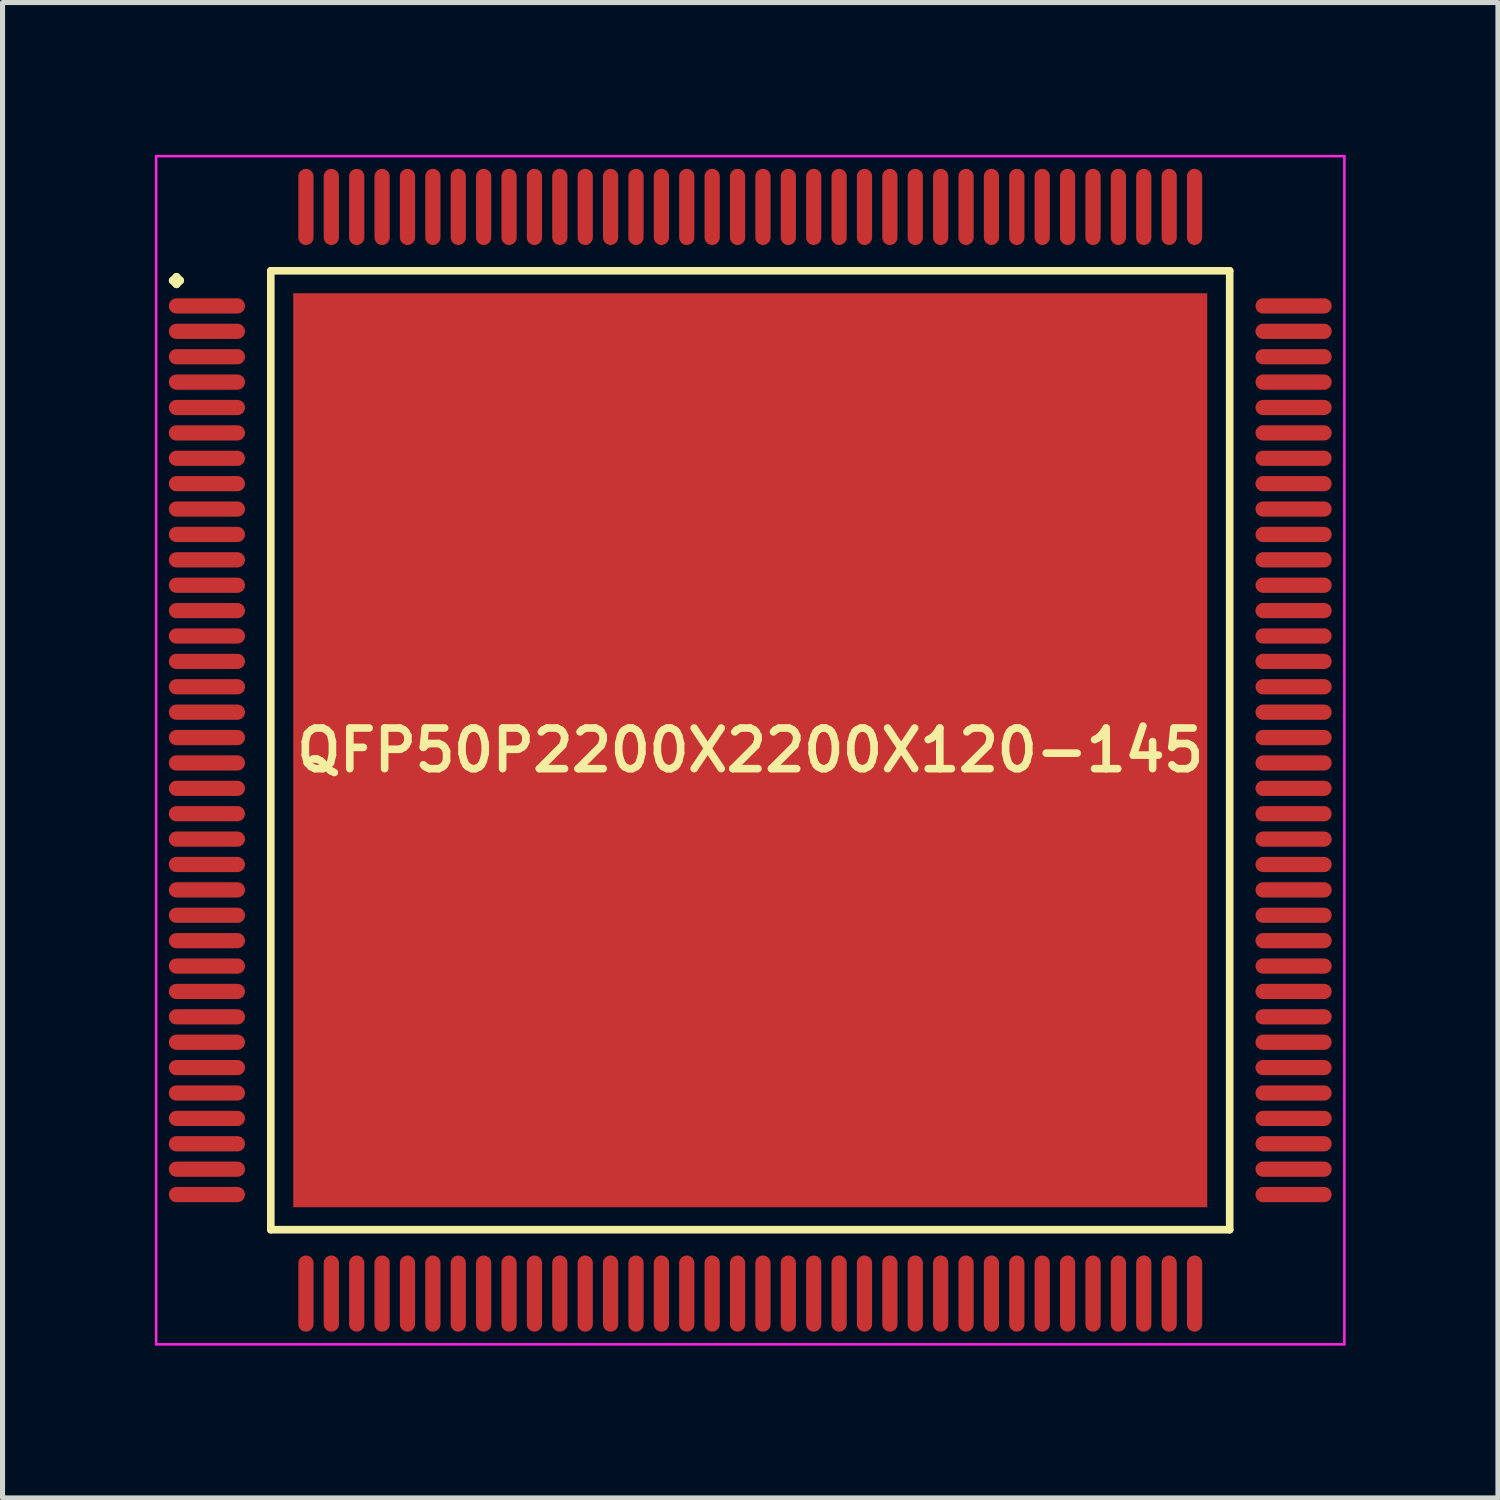
<source format=kicad_pcb>
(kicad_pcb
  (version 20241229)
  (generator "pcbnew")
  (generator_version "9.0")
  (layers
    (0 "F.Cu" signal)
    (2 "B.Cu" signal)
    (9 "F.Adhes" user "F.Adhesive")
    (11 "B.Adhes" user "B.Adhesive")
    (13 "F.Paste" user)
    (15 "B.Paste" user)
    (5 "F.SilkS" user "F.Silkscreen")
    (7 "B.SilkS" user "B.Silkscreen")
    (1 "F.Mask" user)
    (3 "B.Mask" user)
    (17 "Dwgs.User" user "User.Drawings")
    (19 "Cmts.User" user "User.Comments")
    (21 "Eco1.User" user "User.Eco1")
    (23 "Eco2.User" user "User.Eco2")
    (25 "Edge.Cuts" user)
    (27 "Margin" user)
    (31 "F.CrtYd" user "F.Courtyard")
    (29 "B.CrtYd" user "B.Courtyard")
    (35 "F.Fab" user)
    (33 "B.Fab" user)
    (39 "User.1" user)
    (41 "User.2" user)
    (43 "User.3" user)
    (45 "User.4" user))
  (footprint "QFP50P2200X2200X120-145"
    (layer "F.Cu")
    (at 11.725 11.725)
    (property "Reference" "QFP50P2200X2200X120-145" (at 0 0 0) (layer "F.SilkS") (effects (font (size 0.8 0.8) (thickness 0.15))))
    (attr smd)
    (fp_line (start -11.375 -9.25) (end -11.3 -9.325) (stroke (width 0.15) (type solid)) (layer "F.SilkS"))
    (fp_line (start -11.3 -9.325) (end -11.225 -9.25) (stroke (width 0.15) (type solid)) (layer "F.SilkS"))
    (fp_line (start -11.3 -9.175) (end -11.375 -9.25) (stroke (width 0.15) (type solid)) (layer "F.SilkS"))
    (fp_line (start -11.225 -9.25) (end -11.3 -9.175) (stroke (width 0.15) (type solid)) (layer "F.SilkS"))
    (fp_line (start -9.442 -9.442) (end -9.442 9.442) (stroke (width 0.15) (type solid)) (layer "F.SilkS"))
    (fp_line (start -9.442 9.442) (end 9.442 9.442) (stroke (width 0.15) (type solid)) (layer "F.SilkS"))
    (fp_line (start 9.442 -9.442) (end -9.442 -9.442) (stroke (width 0.15) (type solid)) (layer "F.SilkS"))
    (fp_line (start 9.442 9.442) (end 9.442 -9.442) (stroke (width 0.15) (type solid)) (layer "F.SilkS"))
    (fp_line (start -11.7 -11.7) (end 11.7 -11.7) (stroke (width 0.05) (type solid)) (layer "F.CrtYd"))
    (fp_line (start -11.7 11.7) (end -11.7 -11.7) (stroke (width 0.05) (type solid)) (layer "F.CrtYd"))
    (fp_line (start 11.7 -11.7) (end 11.7 11.7) (stroke (width 0.05) (type solid)) (layer "F.CrtYd"))
    (fp_line (start 11.7 11.7) (end -11.7 11.7) (stroke (width 0.05) (type solid)) (layer "F.CrtYd"))
    (pad "1" smd oval (at -10.7 -8.75) (size 1.5 0.3) (layers "F.Cu" "F.Mask" "F.Paste"))
    (pad "2" smd oval (at -10.7 -8.25) (size 1.5 0.3) (layers "F.Cu" "F.Mask" "F.Paste"))
    (pad "3" smd oval (at -10.7 -7.75) (size 1.5 0.3) (layers "F.Cu" "F.Mask" "F.Paste"))
    (pad "4" smd oval (at -10.7 -7.25) (size 1.5 0.3) (layers "F.Cu" "F.Mask" "F.Paste"))
    (pad "5" smd oval (at -10.7 -6.75) (size 1.5 0.3) (layers "F.Cu" "F.Mask" "F.Paste"))
    (pad "6" smd oval (at -10.7 -6.25) (size 1.5 0.3) (layers "F.Cu" "F.Mask" "F.Paste"))
    (pad "7" smd oval (at -10.7 -5.75) (size 1.5 0.3) (layers "F.Cu" "F.Mask" "F.Paste"))
    (pad "8" smd oval (at -10.7 -5.25) (size 1.5 0.3) (layers "F.Cu" "F.Mask" "F.Paste"))
    (pad "9" smd oval (at -10.7 -4.75) (size 1.5 0.3) (layers "F.Cu" "F.Mask" "F.Paste"))
    (pad "10" smd oval (at -10.7 -4.25) (size 1.5 0.3) (layers "F.Cu" "F.Mask" "F.Paste"))
    (pad "11" smd oval (at -10.7 -3.75) (size 1.5 0.3) (layers "F.Cu" "F.Mask" "F.Paste"))
    (pad "12" smd oval (at -10.7 -3.25) (size 1.5 0.3) (layers "F.Cu" "F.Mask" "F.Paste"))
    (pad "13" smd oval (at -10.7 -2.75) (size 1.5 0.3) (layers "F.Cu" "F.Mask" "F.Paste"))
    (pad "14" smd oval (at -10.7 -2.25) (size 1.5 0.3) (layers "F.Cu" "F.Mask" "F.Paste"))
    (pad "15" smd oval (at -10.7 -1.75) (size 1.5 0.3) (layers "F.Cu" "F.Mask" "F.Paste"))
    (pad "16" smd oval (at -10.7 -1.25) (size 1.5 0.3) (layers "F.Cu" "F.Mask" "F.Paste"))
    (pad "17" smd oval (at -10.7 -0.75) (size 1.5 0.3) (layers "F.Cu" "F.Mask" "F.Paste"))
    (pad "18" smd oval (at -10.7 -0.25) (size 1.5 0.3) (layers "F.Cu" "F.Mask" "F.Paste"))
    (pad "19" smd oval (at -10.7 0.25) (size 1.5 0.3) (layers "F.Cu" "F.Mask" "F.Paste"))
    (pad "20" smd oval (at -10.7 0.75) (size 1.5 0.3) (layers "F.Cu" "F.Mask" "F.Paste"))
    (pad "21" smd oval (at -10.7 1.25) (size 1.5 0.3) (layers "F.Cu" "F.Mask" "F.Paste"))
    (pad "22" smd oval (at -10.7 1.75) (size 1.5 0.3) (layers "F.Cu" "F.Mask" "F.Paste"))
    (pad "23" smd oval (at -10.7 2.25) (size 1.5 0.3) (layers "F.Cu" "F.Mask" "F.Paste"))
    (pad "24" smd oval (at -10.7 2.75) (size 1.5 0.3) (layers "F.Cu" "F.Mask" "F.Paste"))
    (pad "25" smd oval (at -10.7 3.25) (size 1.5 0.3) (layers "F.Cu" "F.Mask" "F.Paste"))
    (pad "26" smd oval (at -10.7 3.75) (size 1.5 0.3) (layers "F.Cu" "F.Mask" "F.Paste"))
    (pad "27" smd oval (at -10.7 4.25) (size 1.5 0.3) (layers "F.Cu" "F.Mask" "F.Paste"))
    (pad "28" smd oval (at -10.7 4.75) (size 1.5 0.3) (layers "F.Cu" "F.Mask" "F.Paste"))
    (pad "29" smd oval (at -10.7 5.25) (size 1.5 0.3) (layers "F.Cu" "F.Mask" "F.Paste"))
    (pad "30" smd oval (at -10.7 5.75) (size 1.5 0.3) (layers "F.Cu" "F.Mask" "F.Paste"))
    (pad "31" smd oval (at -10.7 6.25) (size 1.5 0.3) (layers "F.Cu" "F.Mask" "F.Paste"))
    (pad "32" smd oval (at -10.7 6.75) (size 1.5 0.3) (layers "F.Cu" "F.Mask" "F.Paste"))
    (pad "33" smd oval (at -10.7 7.25) (size 1.5 0.3) (layers "F.Cu" "F.Mask" "F.Paste"))
    (pad "34" smd oval (at -10.7 7.75) (size 1.5 0.3) (layers "F.Cu" "F.Mask" "F.Paste"))
    (pad "35" smd oval (at -10.7 8.25) (size 1.5 0.3) (layers "F.Cu" "F.Mask" "F.Paste"))
    (pad "36" smd oval (at -10.7 8.75) (size 1.5 0.3) (layers "F.Cu" "F.Mask" "F.Paste"))
    (pad "37" smd oval (at -8.75 10.7) (size 0.3 1.5) (layers "F.Cu" "F.Mask" "F.Paste"))
    (pad "38" smd oval (at -8.25 10.7) (size 0.3 1.5) (layers "F.Cu" "F.Mask" "F.Paste"))
    (pad "39" smd oval (at -7.75 10.7) (size 0.3 1.5) (layers "F.Cu" "F.Mask" "F.Paste"))
    (pad "40" smd oval (at -7.25 10.7) (size 0.3 1.5) (layers "F.Cu" "F.Mask" "F.Paste"))
    (pad "41" smd oval (at -6.75 10.7) (size 0.3 1.5) (layers "F.Cu" "F.Mask" "F.Paste"))
    (pad "42" smd oval (at -6.25 10.7) (size 0.3 1.5) (layers "F.Cu" "F.Mask" "F.Paste"))
    (pad "43" smd oval (at -5.75 10.7) (size 0.3 1.5) (layers "F.Cu" "F.Mask" "F.Paste"))
    (pad "44" smd oval (at -5.25 10.7) (size 0.3 1.5) (layers "F.Cu" "F.Mask" "F.Paste"))
    (pad "45" smd oval (at -4.75 10.7) (size 0.3 1.5) (layers "F.Cu" "F.Mask" "F.Paste"))
    (pad "46" smd oval (at -4.25 10.7) (size 0.3 1.5) (layers "F.Cu" "F.Mask" "F.Paste"))
    (pad "47" smd oval (at -3.75 10.7) (size 0.3 1.5) (layers "F.Cu" "F.Mask" "F.Paste"))
    (pad "48" smd oval (at -3.25 10.7) (size 0.3 1.5) (layers "F.Cu" "F.Mask" "F.Paste"))
    (pad "49" smd oval (at -2.75 10.7) (size 0.3 1.5) (layers "F.Cu" "F.Mask" "F.Paste"))
    (pad "50" smd oval (at -2.25 10.7) (size 0.3 1.5) (layers "F.Cu" "F.Mask" "F.Paste"))
    (pad "51" smd oval (at -1.75 10.7) (size 0.3 1.5) (layers "F.Cu" "F.Mask" "F.Paste"))
    (pad "52" smd oval (at -1.25 10.7) (size 0.3 1.5) (layers "F.Cu" "F.Mask" "F.Paste"))
    (pad "53" smd oval (at -0.75 10.7) (size 0.3 1.5) (layers "F.Cu" "F.Mask" "F.Paste"))
    (pad "54" smd oval (at -0.25 10.7) (size 0.3 1.5) (layers "F.Cu" "F.Mask" "F.Paste"))
    (pad "55" smd oval (at 0.25 10.7) (size 0.3 1.5) (layers "F.Cu" "F.Mask" "F.Paste"))
    (pad "56" smd oval (at 0.75 10.7) (size 0.3 1.5) (layers "F.Cu" "F.Mask" "F.Paste"))
    (pad "57" smd oval (at 1.25 10.7) (size 0.3 1.5) (layers "F.Cu" "F.Mask" "F.Paste"))
    (pad "58" smd oval (at 1.75 10.7) (size 0.3 1.5) (layers "F.Cu" "F.Mask" "F.Paste"))
    (pad "59" smd oval (at 2.25 10.7) (size 0.3 1.5) (layers "F.Cu" "F.Mask" "F.Paste"))
    (pad "60" smd oval (at 2.75 10.7) (size 0.3 1.5) (layers "F.Cu" "F.Mask" "F.Paste"))
    (pad "61" smd oval (at 3.25 10.7) (size 0.3 1.5) (layers "F.Cu" "F.Mask" "F.Paste"))
    (pad "62" smd oval (at 3.75 10.7) (size 0.3 1.5) (layers "F.Cu" "F.Mask" "F.Paste"))
    (pad "63" smd oval (at 4.25 10.7) (size 0.3 1.5) (layers "F.Cu" "F.Mask" "F.Paste"))
    (pad "64" smd oval (at 4.75 10.7) (size 0.3 1.5) (layers "F.Cu" "F.Mask" "F.Paste"))
    (pad "65" smd oval (at 5.25 10.7) (size 0.3 1.5) (layers "F.Cu" "F.Mask" "F.Paste"))
    (pad "66" smd oval (at 5.75 10.7) (size 0.3 1.5) (layers "F.Cu" "F.Mask" "F.Paste"))
    (pad "67" smd oval (at 6.25 10.7) (size 0.3 1.5) (layers "F.Cu" "F.Mask" "F.Paste"))
    (pad "68" smd oval (at 6.75 10.7) (size 0.3 1.5) (layers "F.Cu" "F.Mask" "F.Paste"))
    (pad "69" smd oval (at 7.25 10.7) (size 0.3 1.5) (layers "F.Cu" "F.Mask" "F.Paste"))
    (pad "70" smd oval (at 7.75 10.7) (size 0.3 1.5) (layers "F.Cu" "F.Mask" "F.Paste"))
    (pad "71" smd oval (at 8.25 10.7) (size 0.3 1.5) (layers "F.Cu" "F.Mask" "F.Paste"))
    (pad "72" smd oval (at 8.75 10.7) (size 0.3 1.5) (layers "F.Cu" "F.Mask" "F.Paste"))
    (pad "73" smd oval (at 10.7 8.75) (size 1.5 0.3) (layers "F.Cu" "F.Mask" "F.Paste"))
    (pad "74" smd oval (at 10.7 8.25) (size 1.5 0.3) (layers "F.Cu" "F.Mask" "F.Paste"))
    (pad "75" smd oval (at 10.7 7.75) (size 1.5 0.3) (layers "F.Cu" "F.Mask" "F.Paste"))
    (pad "76" smd oval (at 10.7 7.25) (size 1.5 0.3) (layers "F.Cu" "F.Mask" "F.Paste"))
    (pad "77" smd oval (at 10.7 6.75) (size 1.5 0.3) (layers "F.Cu" "F.Mask" "F.Paste"))
    (pad "78" smd oval (at 10.7 6.25) (size 1.5 0.3) (layers "F.Cu" "F.Mask" "F.Paste"))
    (pad "79" smd oval (at 10.7 5.75) (size 1.5 0.3) (layers "F.Cu" "F.Mask" "F.Paste"))
    (pad "80" smd oval (at 10.7 5.25) (size 1.5 0.3) (layers "F.Cu" "F.Mask" "F.Paste"))
    (pad "81" smd oval (at 10.7 4.75) (size 1.5 0.3) (layers "F.Cu" "F.Mask" "F.Paste"))
    (pad "82" smd oval (at 10.7 4.25) (size 1.5 0.3) (layers "F.Cu" "F.Mask" "F.Paste"))
    (pad "83" smd oval (at 10.7 3.75) (size 1.5 0.3) (layers "F.Cu" "F.Mask" "F.Paste"))
    (pad "84" smd oval (at 10.7 3.25) (size 1.5 0.3) (layers "F.Cu" "F.Mask" "F.Paste"))
    (pad "85" smd oval (at 10.7 2.75) (size 1.5 0.3) (layers "F.Cu" "F.Mask" "F.Paste"))
    (pad "86" smd oval (at 10.7 2.25) (size 1.5 0.3) (layers "F.Cu" "F.Mask" "F.Paste"))
    (pad "87" smd oval (at 10.7 1.75) (size 1.5 0.3) (layers "F.Cu" "F.Mask" "F.Paste"))
    (pad "88" smd oval (at 10.7 1.25) (size 1.5 0.3) (layers "F.Cu" "F.Mask" "F.Paste"))
    (pad "89" smd oval (at 10.7 0.75) (size 1.5 0.3) (layers "F.Cu" "F.Mask" "F.Paste"))
    (pad "90" smd oval (at 10.7 0.25) (size 1.5 0.3) (layers "F.Cu" "F.Mask" "F.Paste"))
    (pad "91" smd oval (at 10.7 -0.25) (size 1.5 0.3) (layers "F.Cu" "F.Mask" "F.Paste"))
    (pad "92" smd oval (at 10.7 -0.75) (size 1.5 0.3) (layers "F.Cu" "F.Mask" "F.Paste"))
    (pad "93" smd oval (at 10.7 -1.25) (size 1.5 0.3) (layers "F.Cu" "F.Mask" "F.Paste"))
    (pad "94" smd oval (at 10.7 -1.75) (size 1.5 0.3) (layers "F.Cu" "F.Mask" "F.Paste"))
    (pad "95" smd oval (at 10.7 -2.25) (size 1.5 0.3) (layers "F.Cu" "F.Mask" "F.Paste"))
    (pad "96" smd oval (at 10.7 -2.75) (size 1.5 0.3) (layers "F.Cu" "F.Mask" "F.Paste"))
    (pad "97" smd oval (at 10.7 -3.25) (size 1.5 0.3) (layers "F.Cu" "F.Mask" "F.Paste"))
    (pad "98" smd oval (at 10.7 -3.75) (size 1.5 0.3) (layers "F.Cu" "F.Mask" "F.Paste"))
    (pad "99" smd oval (at 10.7 -4.25) (size 1.5 0.3) (layers "F.Cu" "F.Mask" "F.Paste"))
    (pad "100" smd oval (at 10.7 -4.75) (size 1.5 0.3) (layers "F.Cu" "F.Mask" "F.Paste"))
    (pad "101" smd oval (at 10.7 -5.25) (size 1.5 0.3) (layers "F.Cu" "F.Mask" "F.Paste"))
    (pad "102" smd oval (at 10.7 -5.75) (size 1.5 0.3) (layers "F.Cu" "F.Mask" "F.Paste"))
    (pad "103" smd oval (at 10.7 -6.25) (size 1.5 0.3) (layers "F.Cu" "F.Mask" "F.Paste"))
    (pad "104" smd oval (at 10.7 -6.75) (size 1.5 0.3) (layers "F.Cu" "F.Mask" "F.Paste"))
    (pad "105" smd oval (at 10.7 -7.25) (size 1.5 0.3) (layers "F.Cu" "F.Mask" "F.Paste"))
    (pad "106" smd oval (at 10.7 -7.75) (size 1.5 0.3) (layers "F.Cu" "F.Mask" "F.Paste"))
    (pad "107" smd oval (at 10.7 -8.25) (size 1.5 0.3) (layers "F.Cu" "F.Mask" "F.Paste"))
    (pad "108" smd oval (at 10.7 -8.75) (size 1.5 0.3) (layers "F.Cu" "F.Mask" "F.Paste"))
    (pad "109" smd oval (at 8.75 -10.7) (size 0.3 1.5) (layers "F.Cu" "F.Mask" "F.Paste"))
    (pad "110" smd oval (at 8.25 -10.7) (size 0.3 1.5) (layers "F.Cu" "F.Mask" "F.Paste"))
    (pad "111" smd oval (at 7.75 -10.7) (size 0.3 1.5) (layers "F.Cu" "F.Mask" "F.Paste"))
    (pad "112" smd oval (at 7.25 -10.7) (size 0.3 1.5) (layers "F.Cu" "F.Mask" "F.Paste"))
    (pad "113" smd oval (at 6.75 -10.7) (size 0.3 1.5) (layers "F.Cu" "F.Mask" "F.Paste"))
    (pad "114" smd oval (at 6.25 -10.7) (size 0.3 1.5) (layers "F.Cu" "F.Mask" "F.Paste"))
    (pad "115" smd oval (at 5.75 -10.7) (size 0.3 1.5) (layers "F.Cu" "F.Mask" "F.Paste"))
    (pad "116" smd oval (at 5.25 -10.7) (size 0.3 1.5) (layers "F.Cu" "F.Mask" "F.Paste"))
    (pad "117" smd oval (at 4.75 -10.7) (size 0.3 1.5) (layers "F.Cu" "F.Mask" "F.Paste"))
    (pad "118" smd oval (at 4.25 -10.7) (size 0.3 1.5) (layers "F.Cu" "F.Mask" "F.Paste"))
    (pad "119" smd oval (at 3.75 -10.7) (size 0.3 1.5) (layers "F.Cu" "F.Mask" "F.Paste"))
    (pad "120" smd oval (at 3.25 -10.7) (size 0.3 1.5) (layers "F.Cu" "F.Mask" "F.Paste"))
    (pad "121" smd oval (at 2.75 -10.7) (size 0.3 1.5) (layers "F.Cu" "F.Mask" "F.Paste"))
    (pad "122" smd oval (at 2.25 -10.7) (size 0.3 1.5) (layers "F.Cu" "F.Mask" "F.Paste"))
    (pad "123" smd oval (at 1.75 -10.7) (size 0.3 1.5) (layers "F.Cu" "F.Mask" "F.Paste"))
    (pad "124" smd oval (at 1.25 -10.7) (size 0.3 1.5) (layers "F.Cu" "F.Mask" "F.Paste"))
    (pad "125" smd oval (at 0.75 -10.7) (size 0.3 1.5) (layers "F.Cu" "F.Mask" "F.Paste"))
    (pad "126" smd oval (at 0.25 -10.7) (size 0.3 1.5) (layers "F.Cu" "F.Mask" "F.Paste"))
    (pad "127" smd oval (at -0.25 -10.7) (size 0.3 1.5) (layers "F.Cu" "F.Mask" "F.Paste"))
    (pad "128" smd oval (at -0.75 -10.7) (size 0.3 1.5) (layers "F.Cu" "F.Mask" "F.Paste"))
    (pad "129" smd oval (at -1.25 -10.7) (size 0.3 1.5) (layers "F.Cu" "F.Mask" "F.Paste"))
    (pad "130" smd oval (at -1.75 -10.7) (size 0.3 1.5) (layers "F.Cu" "F.Mask" "F.Paste"))
    (pad "131" smd oval (at -2.25 -10.7) (size 0.3 1.5) (layers "F.Cu" "F.Mask" "F.Paste"))
    (pad "132" smd oval (at -2.75 -10.7) (size 0.3 1.5) (layers "F.Cu" "F.Mask" "F.Paste"))
    (pad "133" smd oval (at -3.25 -10.7) (size 0.3 1.5) (layers "F.Cu" "F.Mask" "F.Paste"))
    (pad "134" smd oval (at -3.75 -10.7) (size 0.3 1.5) (layers "F.Cu" "F.Mask" "F.Paste"))
    (pad "135" smd oval (at -4.25 -10.7) (size 0.3 1.5) (layers "F.Cu" "F.Mask" "F.Paste"))
    (pad "136" smd oval (at -4.75 -10.7) (size 0.3 1.5) (layers "F.Cu" "F.Mask" "F.Paste"))
    (pad "137" smd oval (at -5.25 -10.7) (size 0.3 1.5) (layers "F.Cu" "F.Mask" "F.Paste"))
    (pad "138" smd oval (at -5.75 -10.7) (size 0.3 1.5) (layers "F.Cu" "F.Mask" "F.Paste"))
    (pad "139" smd oval (at -6.25 -10.7) (size 0.3 1.5) (layers "F.Cu" "F.Mask" "F.Paste"))
    (pad "140" smd oval (at -6.75 -10.7) (size 0.3 1.5) (layers "F.Cu" "F.Mask" "F.Paste"))
    (pad "141" smd oval (at -7.25 -10.7) (size 0.3 1.5) (layers "F.Cu" "F.Mask" "F.Paste"))
    (pad "142" smd oval (at -7.75 -10.7) (size 0.3 1.5) (layers "F.Cu" "F.Mask" "F.Paste"))
    (pad "143" smd oval (at -8.25 -10.7) (size 0.3 1.5) (layers "F.Cu" "F.Mask" "F.Paste"))
    (pad "144" smd oval (at -8.75 -10.7) (size 0.3 1.5) (layers "F.Cu" "F.Mask" "F.Paste"))
    (pad "145" smd rect (at 0 0) (size 18 18) (layers "F.Cu" "F.Mask" "F.Paste")))
  (gr_rect
    (start -3 -3)
    (end 26.45 26.45)
    (stroke (width 0.1) (type default))
    (fill no)
    (layer "Edge.Cuts")))
</source>
